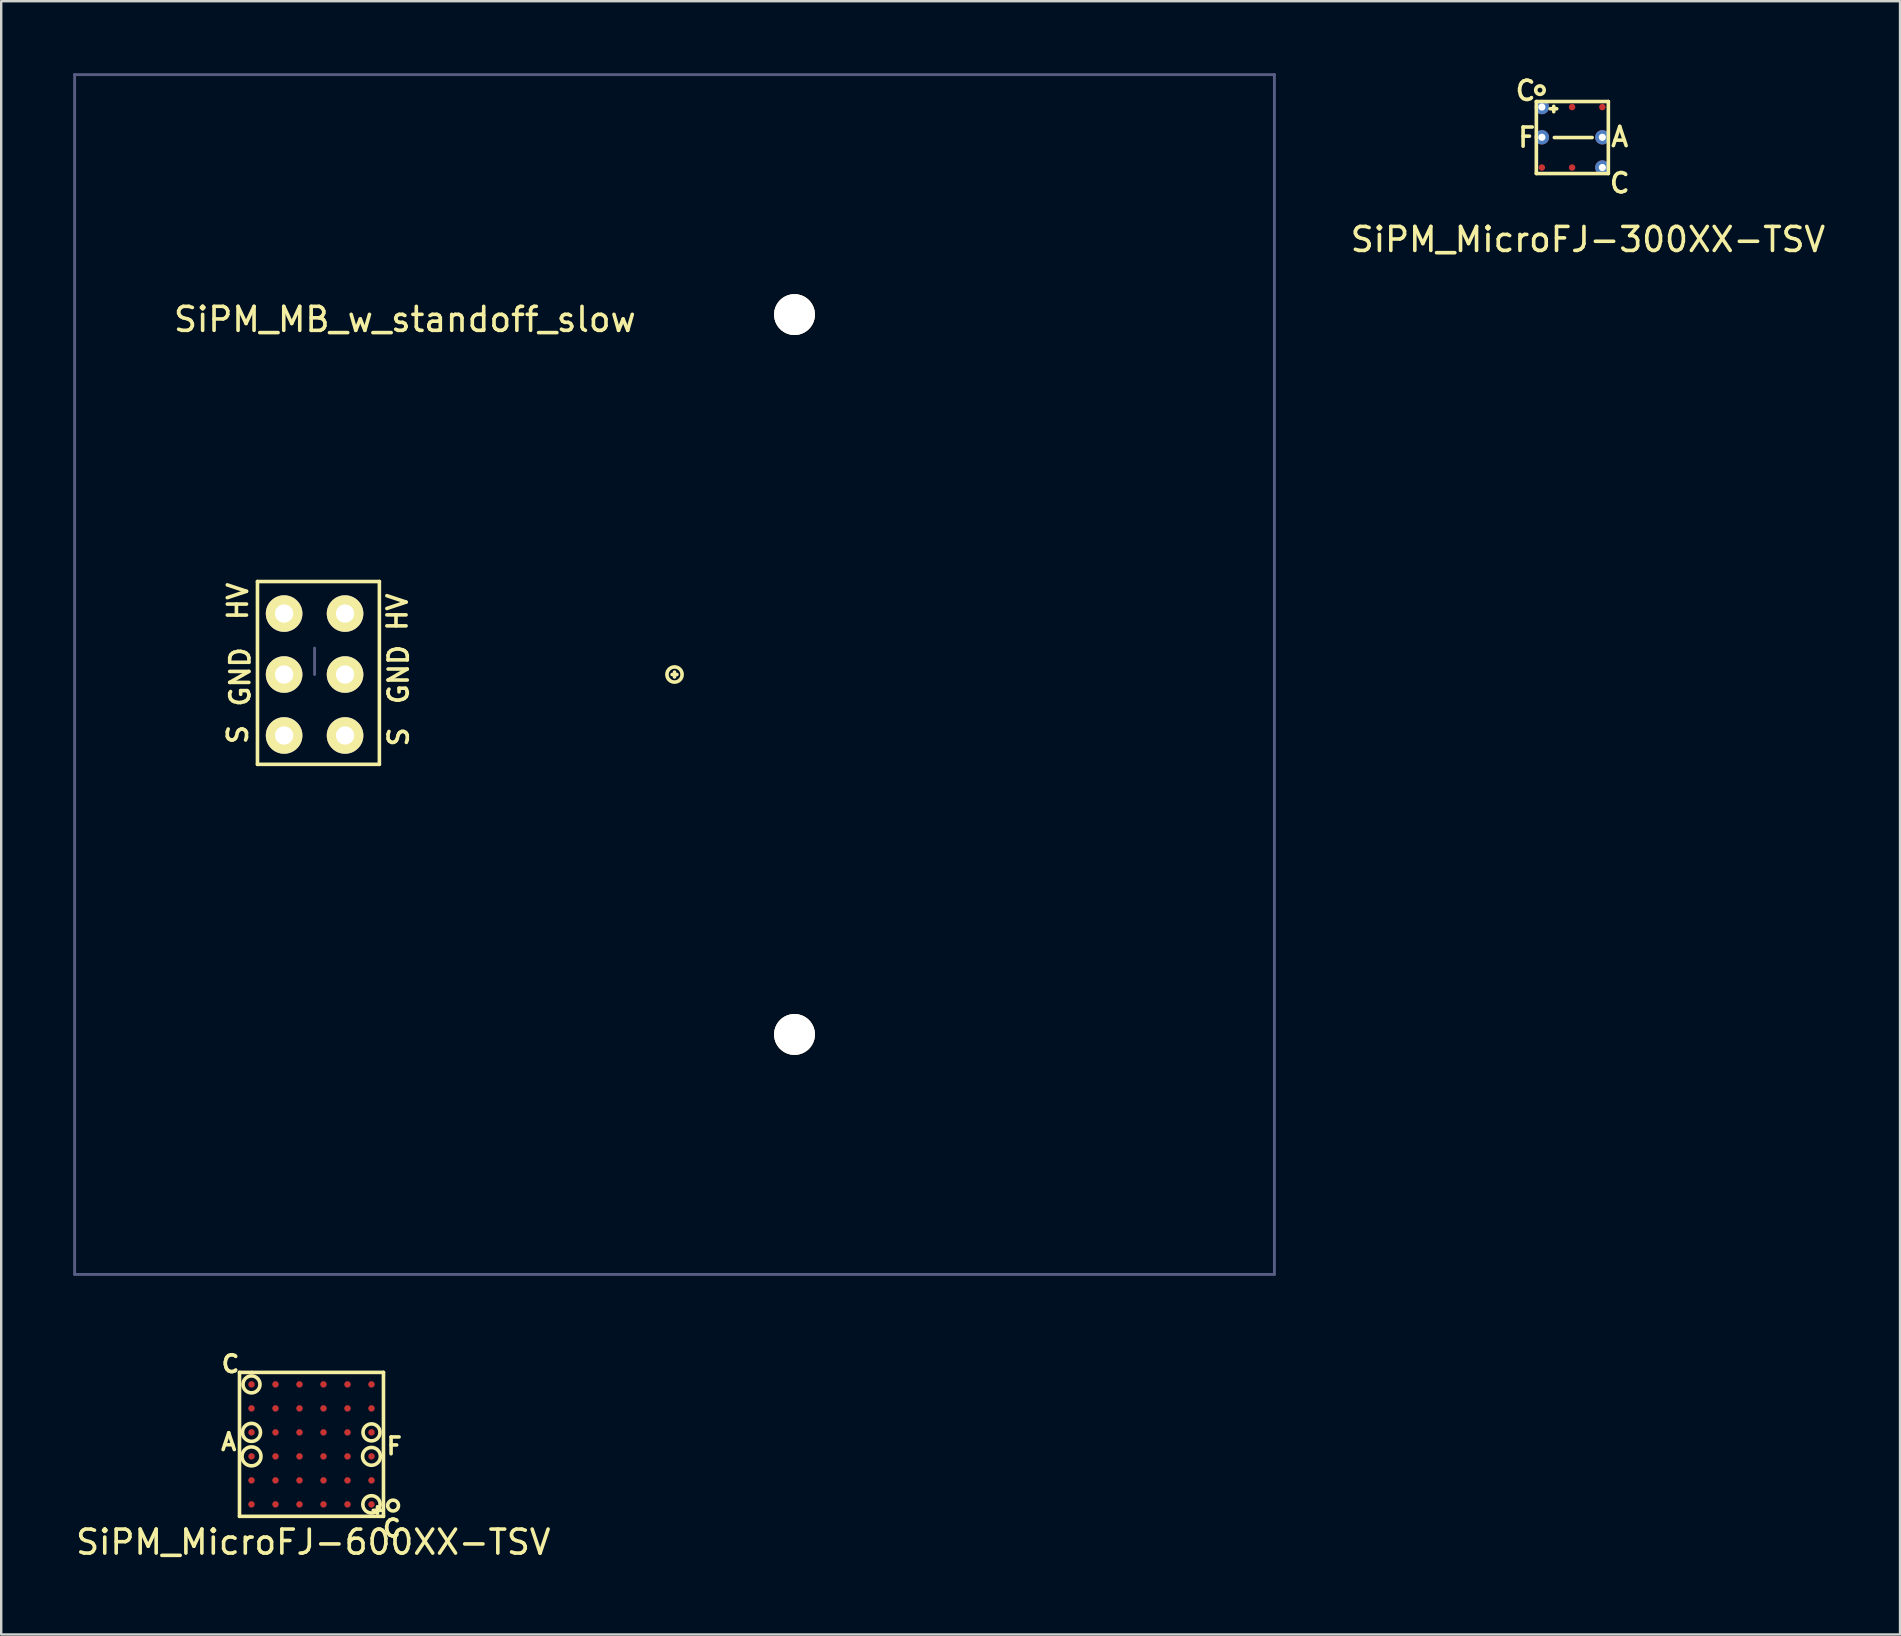
<source format=kicad_pcb>
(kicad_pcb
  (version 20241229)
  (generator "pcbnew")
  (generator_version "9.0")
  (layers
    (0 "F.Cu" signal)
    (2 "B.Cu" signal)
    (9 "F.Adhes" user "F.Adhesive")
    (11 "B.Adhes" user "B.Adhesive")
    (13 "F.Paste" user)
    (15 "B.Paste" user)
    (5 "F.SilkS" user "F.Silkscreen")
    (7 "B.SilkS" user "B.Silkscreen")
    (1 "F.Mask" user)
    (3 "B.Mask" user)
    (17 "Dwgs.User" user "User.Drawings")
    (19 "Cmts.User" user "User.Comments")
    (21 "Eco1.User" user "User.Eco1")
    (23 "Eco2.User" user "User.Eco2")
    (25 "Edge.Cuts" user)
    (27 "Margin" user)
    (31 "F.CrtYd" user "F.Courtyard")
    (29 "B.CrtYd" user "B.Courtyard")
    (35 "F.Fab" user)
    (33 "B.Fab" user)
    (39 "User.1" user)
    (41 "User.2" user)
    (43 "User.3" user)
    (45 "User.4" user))
  (footprint "SiPM_MicroFJ−600XX−TSV"
    (layer "F.Cu")
    (at 7.431 54.643)
    (property "Reference" "SiPM_MicroFJ−600XX−TSV" (at 2.575 6.575 0) (layer "F.SilkS") (effects (font (size 1 1) (thickness 0.15))))
    (attr through_hole)
    (fp_line (start -0.5 -0.5) (end -0.5 5.5) (stroke (width 0.15) (type solid)) (layer "F.SilkS"))
    (fp_line (start -0.5 5.5) (end 5.5 5.5) (stroke (width 0.15) (type solid)) (layer "F.SilkS"))
    (fp_line (start 0 -0.5) (end -0.5 -0.5) (stroke (width 0.15) (type solid)) (layer "F.SilkS"))
    (fp_line (start 5.075 5.25) (end 5.425 5.25) (stroke (width 0.15) (type solid)) (layer "F.SilkS"))
    (fp_line (start 5.25 5.1) (end 5.25 5.375) (stroke (width 0.15) (type solid)) (layer "F.SilkS"))
    (fp_line (start 5.5 -0.5) (end 0.025 -0.5) (stroke (width 0.15) (type solid)) (layer "F.SilkS"))
    (fp_line (start 5.5 5.5) (end 5.5 -0.5) (stroke (width 0.15) (type solid)) (layer "F.SilkS"))
    (fp_circle (center 0 0) (end 0.05 -0.35) (stroke (width 0.15) (type solid)) (fill no) (layer "F.SilkS"))
    (fp_circle (center 0 2) (end 0.3 1.775) (stroke (width 0.15) (type solid)) (fill no) (layer "F.SilkS"))
    (fp_circle (center 0 3) (end 0.125 2.625) (stroke (width 0.15) (type solid)) (fill no) (layer "F.SilkS"))
    (fp_circle (center 5 2) (end 5.25 1.75) (stroke (width 0.15) (type solid)) (fill no) (layer "F.SilkS"))
    (fp_circle (center 5 3) (end 5.35 2.875) (stroke (width 0.15) (type solid)) (fill no) (layer "F.SilkS"))
    (fp_circle (center 5 5) (end 5.2 4.7) (stroke (width 0.15) (type solid)) (fill no) (layer "F.SilkS"))
    (fp_circle (center 5.9 5.05) (end 6.125 5.05) (stroke (width 0.15) (type solid)) (fill no) (layer "F.SilkS"))
    (fp_text user "C" (at -0.875 -0.85 0) (layer "F.SilkS") (effects (font (size 0.7 0.7) (thickness 0.15))))
    (fp_text user "F" (at 5.95 2.575 0) (layer "F.SilkS") (effects (font (size 0.7 0.7) (thickness 0.15))))
    (fp_text user "A" (at -0.95 2.4 0) (layer "F.SilkS") (effects (font (size 0.7 0.7) (thickness 0.15))))
    (fp_text user "C" (at 5.85 6 0) (layer "F.SilkS") (effects (font (size 0.7 0.7) (thickness 0.15))))
    (pad "1" smd circle (at 0 1) (size 0.27 0.27) (layers "F.Cu" "F.Mask" "F.Paste"))
    (pad "1" smd circle (at 0 4) (size 0.27 0.27) (layers "F.Cu" "F.Mask" "F.Paste"))
    (pad "1" smd circle (at 0 5) (size 0.27 0.27) (layers "F.Cu" "F.Mask" "F.Paste"))
    (pad "1" smd circle (at 1 0) (size 0.27 0.27) (layers "F.Cu" "F.Mask" "F.Paste"))
    (pad "1" smd circle (at 1 1) (size 0.27 0.27) (layers "F.Cu" "F.Mask" "F.Paste"))
    (pad "1" smd circle (at 1 2) (size 0.27 0.27) (layers "F.Cu" "F.Mask" "F.Paste"))
    (pad "1" smd circle (at 1 3) (size 0.27 0.27) (layers "F.Cu" "F.Mask" "F.Paste"))
    (pad "1" smd circle (at 1 4) (size 0.27 0.27) (layers "F.Cu" "F.Mask" "F.Paste"))
    (pad "1" smd circle (at 1 5) (size 0.27 0.27) (layers "F.Cu" "F.Mask" "F.Paste"))
    (pad "1" smd circle (at 2 0) (size 0.27 0.27) (layers "F.Cu" "F.Mask" "F.Paste"))
    (pad "1" smd circle (at 2 1) (size 0.27 0.27) (layers "F.Cu" "F.Mask" "F.Paste"))
    (pad "1" smd circle (at 2 2) (size 0.27 0.27) (layers "F.Cu" "F.Mask" "F.Paste"))
    (pad "1" smd circle (at 2 3) (size 0.27 0.27) (layers "F.Cu" "F.Mask" "F.Paste"))
    (pad "1" smd circle (at 2 4) (size 0.27 0.27) (layers "F.Cu" "F.Mask" "F.Paste"))
    (pad "1" smd circle (at 2 5) (size 0.27 0.27) (layers "F.Cu" "F.Mask" "F.Paste"))
    (pad "1" smd circle (at 3 0) (size 0.27 0.27) (layers "F.Cu" "F.Mask" "F.Paste"))
    (pad "1" smd circle (at 3 1) (size 0.27 0.27) (layers "F.Cu" "F.Mask" "F.Paste"))
    (pad "1" smd circle (at 3 2) (size 0.27 0.27) (layers "F.Cu" "F.Mask" "F.Paste"))
    (pad "1" smd circle (at 3 3) (size 0.27 0.27) (layers "F.Cu" "F.Mask" "F.Paste"))
    (pad "1" smd circle (at 3 4) (size 0.27 0.27) (layers "F.Cu" "F.Mask" "F.Paste"))
    (pad "1" smd circle (at 3 5) (size 0.27 0.27) (layers "F.Cu" "F.Mask" "F.Paste"))
    (pad "1" smd circle (at 4 0) (size 0.27 0.27) (layers "F.Cu" "F.Mask" "F.Paste"))
    (pad "1" smd circle (at 4 1) (size 0.27 0.27) (layers "F.Cu" "F.Mask" "F.Paste"))
    (pad "1" smd circle (at 4 2) (size 0.27 0.27) (layers "F.Cu" "F.Mask" "F.Paste"))
    (pad "1" smd circle (at 4 3) (size 0.27 0.27) (layers "F.Cu" "F.Mask" "F.Paste"))
    (pad "1" smd circle (at 4 4) (size 0.27 0.27) (layers "F.Cu" "F.Mask" "F.Paste"))
    (pad "1" smd circle (at 4 5) (size 0.27 0.27) (layers "F.Cu" "F.Mask" "F.Paste"))
    (pad "1" smd circle (at 5 0) (size 0.27 0.27) (layers "F.Cu" "F.Mask" "F.Paste"))
    (pad "1" smd circle (at 5 1) (size 0.27 0.27) (layers "F.Cu" "F.Mask" "F.Paste"))
    (pad "1" smd circle (at 5 4) (size 0.27 0.27) (layers "F.Cu" "F.Mask" "F.Paste"))
    (pad "A1" smd circle (at 0 0) (size 0.27 0.27) (layers "F.Cu" "F.Mask" "F.Paste"))
    (pad "C1" smd circle (at 0 2) (size 0.27 0.27) (layers "F.Cu" "F.Mask" "F.Paste"))
    (pad "C6" smd circle (at 5 2) (size 0.27 0.27) (layers "F.Cu" "F.Mask" "F.Paste"))
    (pad "D1" smd circle (at 0 3) (size 0.27 0.27) (layers "F.Cu" "F.Mask" "F.Paste"))
    (pad "D6" smd circle (at 5 3) (size 0.27 0.27) (layers "F.Cu" "F.Mask" "F.Paste"))
    (pad "F6" smd circle (at 5 5) (size 0.27 0.27) (layers "F.Cu" "F.Mask" "F.Paste")))
  (footprint "SiPM_MicroFJ−300XX−TSV"
    (layer "F.Cu")
    (at 62.451 2.681)
    (property "Reference" "SiPM_MicroFJ−300XX−TSV" (at 0.675 4.25 0) (layer "F.SilkS") (effects (font (size 1 1) (thickness 0.15))))
    (attr through_hole)
    (fp_line (start -1.475 -1.5) (end -1.475 1.5) (stroke (width 0.15) (type solid)) (layer "F.SilkS"))
    (fp_line (start -1.475 1.5) (end 1.525 1.5) (stroke (width 0.15) (type solid)) (layer "F.SilkS"))
    (fp_line (start -0.75 -1.075) (end -0.75 -1.3) (stroke (width 0.15) (type solid)) (layer "F.SilkS"))
    (fp_line (start -0.725 0) (end 0.85 0) (stroke (width 0.15) (type solid)) (layer "F.SilkS"))
    (fp_line (start -0.625 -1.2) (end -0.9 -1.2) (stroke (width 0.15) (type solid)) (layer "F.SilkS"))
    (fp_line (start 1.525 -1.5) (end -1.475 -1.5) (stroke (width 0.15) (type solid)) (layer "F.SilkS"))
    (fp_line (start 1.525 1.5) (end 1.525 -1.5) (stroke (width 0.15) (type solid)) (layer "F.SilkS"))
    (fp_circle (center -1.325 -1.975) (end -1.5 -1.95) (stroke (width 0.15) (type solid)) (fill no) (layer "F.SilkS"))
    (fp_text user "A" (at 2 -0.025 180) (layer "F.SilkS") (effects (font (size 0.8 0.8) (thickness 0.15))))
    (fp_text user "F" (at -1.875 0 180) (layer "F.SilkS") (effects (font (size 0.8 0.8) (thickness 0.15))))
    (fp_text user "C" (at 2 1.9 180) (layer "F.SilkS") (effects (font (size 0.8 0.8) (thickness 0.15))))
    (fp_text user "C" (at -1.925 -1.95 180) (layer "F.SilkS") (effects (font (size 0.8 0.8) (thickness 0.15))))
    (pad "A1" thru_hole circle (at 1.275 1.25 180) (size 0.6 0.6) (drill 0.3) (layers "*.Cu" "*.Mask"))
    (pad "A2" smd circle (at 0.015 1.25 180) (size 0.27 0.27) (layers "F.Cu" "F.Mask" "F.Paste"))
    (pad "A3" smd circle (at -1.245 1.25 180) (size 0.27 0.27) (layers "F.Cu" "F.Mask" "F.Paste"))
    (pad "B1" thru_hole circle (at 1.275 -0.01 180) (size 0.6 0.6) (drill 0.3) (layers "*.Cu" "*.Mask"))
    (pad "B3" thru_hole circle (at -1.245 -0.01 180) (size 0.6 0.6) (drill 0.3) (layers "*.Cu" "*.Mask"))
    (pad "C1" smd circle (at 1.275 -1.27 180) (size 0.27 0.27) (layers "F.Cu" "F.Mask" "F.Paste"))
    (pad "C2" smd circle (at 0.015 -1.27 180) (size 0.27 0.27) (layers "F.Cu" "F.Mask" "F.Paste"))
    (pad "C3" thru_hole circle (at -1.245 -1.27 180) (size 0.6 0.6) (drill 0.3) (layers "*.Cu" "*.Mask")))
  (footprint "SiPM_MB_w_standoff_slow"
    (layer "F.Cu")
    (at 25.06 25.06)
    (property "Reference" "SiPM_MB_w_standoff_slow" (at -11.237 -14.798 0) (layer "F.SilkS") (effects (font (size 1 1) (thickness 0.15))))
    (attr through_hole)
    (fp_line (start -17.38 -3.876) (end -17.38 3.744) (stroke (width 0.15) (type solid)) (layer "F.SilkS"))
    (fp_line (start -17.38 3.744) (end -12.3 3.744) (stroke (width 0.15) (type solid)) (layer "F.SilkS"))
    (fp_line (start -12.3 -3.876) (end -17.38 -3.876) (stroke (width 0.15) (type solid)) (layer "F.SilkS"))
    (fp_line (start -12.3 3.744) (end -12.3 -3.876) (stroke (width 0.15) (type solid)) (layer "F.SilkS"))
    (fp_line (start 0 -0.1) (end 0 0.1) (stroke (width 0.15) (type solid)) (layer "F.SilkS"))
    (fp_line (start 0.1 0) (end -0.1 0) (stroke (width 0.15) (type solid)) (layer "F.SilkS"))
    (fp_circle (center 0 0) (end 0.3 -0.1) (stroke (width 0.15) (type solid)) (fill no) (layer "F.SilkS"))
    (fp_line (start -25 -25) (end -25 25) (stroke (width 0.12) (type solid)) (layer "B.Fab"))
    (fp_line (start -25 25) (end 25 25) (stroke (width 0.12) (type solid)) (layer "B.Fab"))
    (fp_line (start -15 0) (end -15 -1.1) (stroke (width 0.12) (type solid)) (layer "B.Fab"))
    (fp_line (start 25 -25) (end -25 -25) (stroke (width 0.12) (type solid)) (layer "B.Fab"))
    (fp_line (start 25 25) (end 25 -25) (stroke (width 0.12) (type solid)) (layer "B.Fab"))
    (fp_text user "S" (at -18.2 2.5 90) (layer "F.SilkS") (effects (font (size 0.8 0.8) (thickness 0.15))))
    (fp_text user "HV" (at -18.2 -3.05 90) (layer "F.SilkS") (effects (font (size 0.8 0.8) (thickness 0.15))))
    (fp_text user "GND" (at -11.5 0 90) (layer "F.SilkS") (effects (font (size 0.8 0.8) (thickness 0.15))))
    (fp_text user "S" (at -11.5 2.6 90) (layer "F.SilkS") (effects (font (size 0.8 0.8) (thickness 0.15))))
    (fp_text user "HV" (at -11.55 -2.6 90) (layer "F.SilkS") (effects (font (size 0.8 0.8) (thickness 0.15))))
    (fp_text user "GND" (at -18.1 0.1 90) (layer "F.SilkS") (effects (font (size 0.8 0.8) (thickness 0.15))))
    (pad "1" thru_hole circle (at -16.27 2.54) (size 1.524 1.524) (drill 0.762) (layers "*.Cu" "*.Mask" "F.SilkS"))
    (pad "1" thru_hole circle (at -13.73 2.54) (size 1.524 1.524) (drill 0.762) (layers "*.Cu" "*.Mask" "F.SilkS"))
    (pad "2" thru_hole circle (at -16.27 0) (size 1.524 1.524) (drill 0.762) (layers "*.Cu" "*.Mask" "F.SilkS"))
    (pad "2" thru_hole circle (at -13.73 0) (size 1.524 1.524) (drill 0.762) (layers "*.Cu" "*.Mask" "F.SilkS"))
    (pad "2" thru_hole circle (at 5 -15) (size 1.7 1.7) (drill 1.7) (layers "*.Cu" "*.Mask" "F.SilkS"))
    (pad "2" thru_hole circle (at 5 15) (size 1.7 1.7) (drill 1.7) (layers "*.Cu" "*.Mask" "F.SilkS"))
    (pad "3" thru_hole circle (at -16.27 -2.54) (size 1.524 1.524) (drill 0.762) (layers "*.Cu" "*.Mask" "F.SilkS"))
    (pad "3" thru_hole circle (at -13.73 -2.54) (size 1.524 1.524) (drill 0.762) (layers "*.Cu" "*.Mask" "F.SilkS")))
  (gr_rect
    (start -3 -3)
    (end 76.132 65.066)
    (stroke (width 0.1) (type default))
    (fill no)
    (layer "Edge.Cuts")))
</source>
